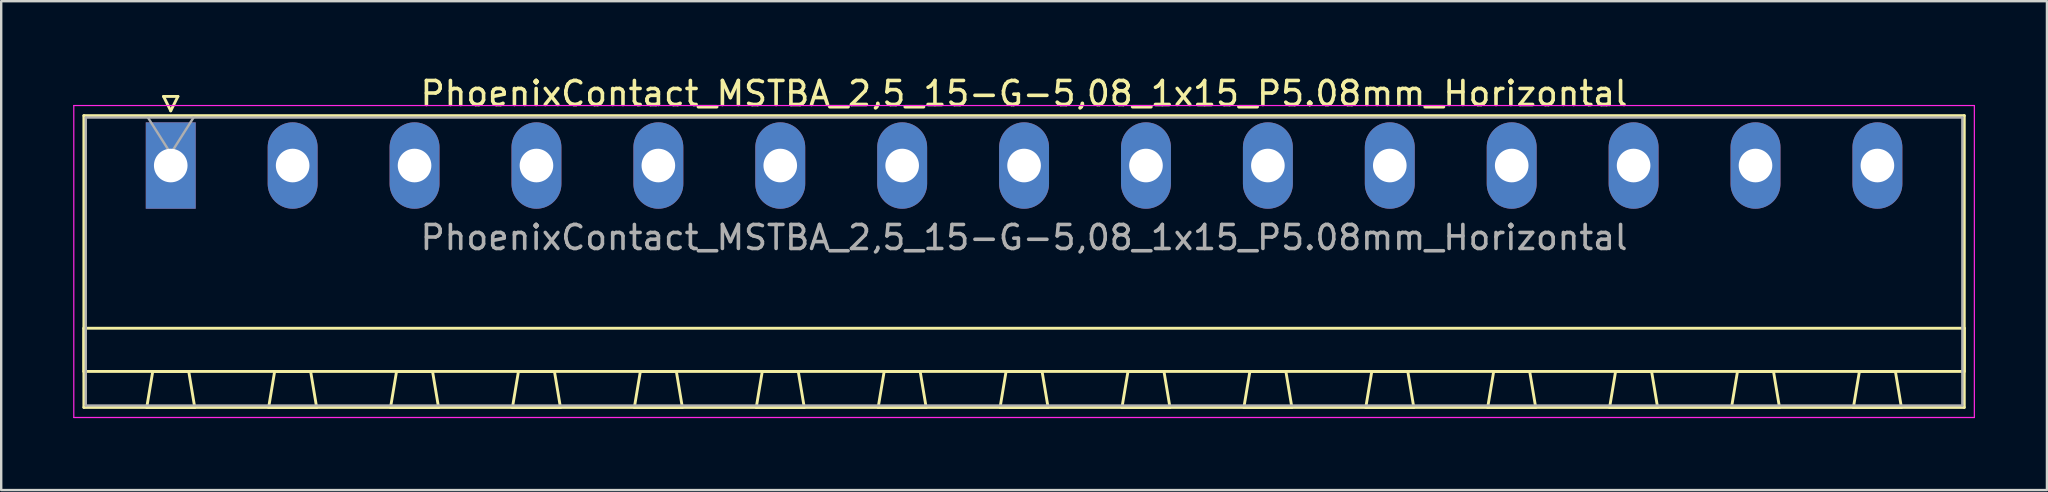
<source format=kicad_pcb>
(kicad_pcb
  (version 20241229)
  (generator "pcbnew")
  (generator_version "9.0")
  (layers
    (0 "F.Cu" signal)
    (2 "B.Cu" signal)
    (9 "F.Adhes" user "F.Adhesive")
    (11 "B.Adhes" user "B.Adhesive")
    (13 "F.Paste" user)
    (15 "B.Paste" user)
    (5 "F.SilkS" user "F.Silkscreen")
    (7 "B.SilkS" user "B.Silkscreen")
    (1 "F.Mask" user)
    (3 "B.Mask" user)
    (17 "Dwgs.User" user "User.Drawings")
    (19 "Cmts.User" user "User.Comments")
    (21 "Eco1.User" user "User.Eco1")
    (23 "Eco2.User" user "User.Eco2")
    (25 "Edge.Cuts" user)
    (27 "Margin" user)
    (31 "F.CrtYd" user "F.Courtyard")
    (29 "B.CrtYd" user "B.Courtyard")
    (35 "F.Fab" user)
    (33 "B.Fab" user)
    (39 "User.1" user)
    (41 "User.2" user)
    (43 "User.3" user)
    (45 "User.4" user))
  (footprint "PhoenixContact_MSTBA_2,5_15-G-5,08_1x15_P5.08mm_Horizontal"
    (layer "F.Cu")
    (at 4.065 3.848)
    (property "Reference" "PhoenixContact_MSTBA_2,5_15-G-5,08_1x15_P5.08mm_Horizontal" (at 35.56 -3 0) (layer "F.SilkS") (effects (font (size 1 1) (thickness 0.15))))
    (attr through_hole)
    (fp_line (start -3.62 -2.08) (end -3.62 10.08) (stroke (width 0.12) (type solid)) (layer "F.SilkS"))
    (fp_line (start -3.62 6.78) (end 74.74 6.78) (stroke (width 0.12) (type solid)) (layer "F.SilkS"))
    (fp_line (start -3.62 8.58) (end -3.62 6.78) (stroke (width 0.12) (type solid)) (layer "F.SilkS"))
    (fp_line (start -3.62 10.08) (end 74.74 10.08) (stroke (width 0.12) (type solid)) (layer "F.SilkS"))
    (fp_line (start -1 10.08) (end 1 10.08) (stroke (width 0.12) (type solid)) (layer "F.SilkS"))
    (fp_line (start -0.75 8.58) (end -1 10.08) (stroke (width 0.12) (type solid)) (layer "F.SilkS"))
    (fp_line (start -0.3 -2.88) (end 0.3 -2.88) (stroke (width 0.12) (type solid)) (layer "F.SilkS"))
    (fp_line (start 0 -2.28) (end -0.3 -2.88) (stroke (width 0.12) (type solid)) (layer "F.SilkS"))
    (fp_line (start 0.3 -2.88) (end 0 -2.28) (stroke (width 0.12) (type solid)) (layer "F.SilkS"))
    (fp_line (start 0.75 8.58) (end -0.75 8.58) (stroke (width 0.12) (type solid)) (layer "F.SilkS"))
    (fp_line (start 1 10.08) (end 0.75 8.58) (stroke (width 0.12) (type solid)) (layer "F.SilkS"))
    (fp_line (start 4.08 10.08) (end 6.08 10.08) (stroke (width 0.12) (type solid)) (layer "F.SilkS"))
    (fp_line (start 4.33 8.58) (end 4.08 10.08) (stroke (width 0.12) (type solid)) (layer "F.SilkS"))
    (fp_line (start 5.83 8.58) (end 4.33 8.58) (stroke (width 0.12) (type solid)) (layer "F.SilkS"))
    (fp_line (start 6.08 10.08) (end 5.83 8.58) (stroke (width 0.12) (type solid)) (layer "F.SilkS"))
    (fp_line (start 9.16 10.08) (end 11.16 10.08) (stroke (width 0.12) (type solid)) (layer "F.SilkS"))
    (fp_line (start 9.41 8.58) (end 9.16 10.08) (stroke (width 0.12) (type solid)) (layer "F.SilkS"))
    (fp_line (start 10.91 8.58) (end 9.41 8.58) (stroke (width 0.12) (type solid)) (layer "F.SilkS"))
    (fp_line (start 11.16 10.08) (end 10.91 8.58) (stroke (width 0.12) (type solid)) (layer "F.SilkS"))
    (fp_line (start 14.24 10.08) (end 16.24 10.08) (stroke (width 0.12) (type solid)) (layer "F.SilkS"))
    (fp_line (start 14.49 8.58) (end 14.24 10.08) (stroke (width 0.12) (type solid)) (layer "F.SilkS"))
    (fp_line (start 15.99 8.58) (end 14.49 8.58) (stroke (width 0.12) (type solid)) (layer "F.SilkS"))
    (fp_line (start 16.24 10.08) (end 15.99 8.58) (stroke (width 0.12) (type solid)) (layer "F.SilkS"))
    (fp_line (start 19.32 10.08) (end 21.32 10.08) (stroke (width 0.12) (type solid)) (layer "F.SilkS"))
    (fp_line (start 19.57 8.58) (end 19.32 10.08) (stroke (width 0.12) (type solid)) (layer "F.SilkS"))
    (fp_line (start 21.07 8.58) (end 19.57 8.58) (stroke (width 0.12) (type solid)) (layer "F.SilkS"))
    (fp_line (start 21.32 10.08) (end 21.07 8.58) (stroke (width 0.12) (type solid)) (layer "F.SilkS"))
    (fp_line (start 24.4 10.08) (end 26.4 10.08) (stroke (width 0.12) (type solid)) (layer "F.SilkS"))
    (fp_line (start 24.65 8.58) (end 24.4 10.08) (stroke (width 0.12) (type solid)) (layer "F.SilkS"))
    (fp_line (start 26.15 8.58) (end 24.65 8.58) (stroke (width 0.12) (type solid)) (layer "F.SilkS"))
    (fp_line (start 26.4 10.08) (end 26.15 8.58) (stroke (width 0.12) (type solid)) (layer "F.SilkS"))
    (fp_line (start 29.48 10.08) (end 31.48 10.08) (stroke (width 0.12) (type solid)) (layer "F.SilkS"))
    (fp_line (start 29.73 8.58) (end 29.48 10.08) (stroke (width 0.12) (type solid)) (layer "F.SilkS"))
    (fp_line (start 31.23 8.58) (end 29.73 8.58) (stroke (width 0.12) (type solid)) (layer "F.SilkS"))
    (fp_line (start 31.48 10.08) (end 31.23 8.58) (stroke (width 0.12) (type solid)) (layer "F.SilkS"))
    (fp_line (start 34.56 10.08) (end 36.56 10.08) (stroke (width 0.12) (type solid)) (layer "F.SilkS"))
    (fp_line (start 34.81 8.58) (end 34.56 10.08) (stroke (width 0.12) (type solid)) (layer "F.SilkS"))
    (fp_line (start 36.31 8.58) (end 34.81 8.58) (stroke (width 0.12) (type solid)) (layer "F.SilkS"))
    (fp_line (start 36.56 10.08) (end 36.31 8.58) (stroke (width 0.12) (type solid)) (layer "F.SilkS"))
    (fp_line (start 39.64 10.08) (end 41.64 10.08) (stroke (width 0.12) (type solid)) (layer "F.SilkS"))
    (fp_line (start 39.89 8.58) (end 39.64 10.08) (stroke (width 0.12) (type solid)) (layer "F.SilkS"))
    (fp_line (start 41.39 8.58) (end 39.89 8.58) (stroke (width 0.12) (type solid)) (layer "F.SilkS"))
    (fp_line (start 41.64 10.08) (end 41.39 8.58) (stroke (width 0.12) (type solid)) (layer "F.SilkS"))
    (fp_line (start 44.72 10.08) (end 46.72 10.08) (stroke (width 0.12) (type solid)) (layer "F.SilkS"))
    (fp_line (start 44.97 8.58) (end 44.72 10.08) (stroke (width 0.12) (type solid)) (layer "F.SilkS"))
    (fp_line (start 46.47 8.58) (end 44.97 8.58) (stroke (width 0.12) (type solid)) (layer "F.SilkS"))
    (fp_line (start 46.72 10.08) (end 46.47 8.58) (stroke (width 0.12) (type solid)) (layer "F.SilkS"))
    (fp_line (start 49.8 10.08) (end 51.8 10.08) (stroke (width 0.12) (type solid)) (layer "F.SilkS"))
    (fp_line (start 50.05 8.58) (end 49.8 10.08) (stroke (width 0.12) (type solid)) (layer "F.SilkS"))
    (fp_line (start 51.55 8.58) (end 50.05 8.58) (stroke (width 0.12) (type solid)) (layer "F.SilkS"))
    (fp_line (start 51.8 10.08) (end 51.55 8.58) (stroke (width 0.12) (type solid)) (layer "F.SilkS"))
    (fp_line (start 54.88 10.08) (end 56.88 10.08) (stroke (width 0.12) (type solid)) (layer "F.SilkS"))
    (fp_line (start 55.13 8.58) (end 54.88 10.08) (stroke (width 0.12) (type solid)) (layer "F.SilkS"))
    (fp_line (start 56.63 8.58) (end 55.13 8.58) (stroke (width 0.12) (type solid)) (layer "F.SilkS"))
    (fp_line (start 56.88 10.08) (end 56.63 8.58) (stroke (width 0.12) (type solid)) (layer "F.SilkS"))
    (fp_line (start 59.96 10.08) (end 61.96 10.08) (stroke (width 0.12) (type solid)) (layer "F.SilkS"))
    (fp_line (start 60.21 8.58) (end 59.96 10.08) (stroke (width 0.12) (type solid)) (layer "F.SilkS"))
    (fp_line (start 61.71 8.58) (end 60.21 8.58) (stroke (width 0.12) (type solid)) (layer "F.SilkS"))
    (fp_line (start 61.96 10.08) (end 61.71 8.58) (stroke (width 0.12) (type solid)) (layer "F.SilkS"))
    (fp_line (start 65.04 10.08) (end 67.04 10.08) (stroke (width 0.12) (type solid)) (layer "F.SilkS"))
    (fp_line (start 65.29 8.58) (end 65.04 10.08) (stroke (width 0.12) (type solid)) (layer "F.SilkS"))
    (fp_line (start 66.79 8.58) (end 65.29 8.58) (stroke (width 0.12) (type solid)) (layer "F.SilkS"))
    (fp_line (start 67.04 10.08) (end 66.79 8.58) (stroke (width 0.12) (type solid)) (layer "F.SilkS"))
    (fp_line (start 70.12 10.08) (end 72.12 10.08) (stroke (width 0.12) (type solid)) (layer "F.SilkS"))
    (fp_line (start 70.37 8.58) (end 70.12 10.08) (stroke (width 0.12) (type solid)) (layer "F.SilkS"))
    (fp_line (start 71.87 8.58) (end 70.37 8.58) (stroke (width 0.12) (type solid)) (layer "F.SilkS"))
    (fp_line (start 72.12 10.08) (end 71.87 8.58) (stroke (width 0.12) (type solid)) (layer "F.SilkS"))
    (fp_line (start 74.74 -2.08) (end -3.62 -2.08) (stroke (width 0.12) (type solid)) (layer "F.SilkS"))
    (fp_line (start 74.74 6.78) (end 74.74 8.58) (stroke (width 0.12) (type solid)) (layer "F.SilkS"))
    (fp_line (start 74.74 8.58) (end -3.62 8.58) (stroke (width 0.12) (type solid)) (layer "F.SilkS"))
    (fp_line (start 74.74 10.08) (end 74.74 -2.08) (stroke (width 0.12) (type solid)) (layer "F.SilkS"))
    (fp_line (start -4.04 -2.5) (end -4.04 10.5) (stroke (width 0.05) (type solid)) (layer "F.CrtYd"))
    (fp_line (start -4.04 10.5) (end 75.16 10.5) (stroke (width 0.05) (type solid)) (layer "F.CrtYd"))
    (fp_line (start 75.16 -2.5) (end -4.04 -2.5) (stroke (width 0.05) (type solid)) (layer "F.CrtYd"))
    (fp_line (start 75.16 10.5) (end 75.16 -2.5) (stroke (width 0.05) (type solid)) (layer "F.CrtYd"))
    (fp_line (start -3.54 -2) (end -3.54 10) (stroke (width 0.1) (type solid)) (layer "F.Fab"))
    (fp_line (start -3.54 10) (end 74.66 10) (stroke (width 0.1) (type solid)) (layer "F.Fab"))
    (fp_line (start 0 -0.5) (end -0.95 -2) (stroke (width 0.1) (type solid)) (layer "F.Fab"))
    (fp_line (start 0.95 -2) (end 0 -0.5) (stroke (width 0.1) (type solid)) (layer "F.Fab"))
    (fp_line (start 74.66 -2) (end -3.54 -2) (stroke (width 0.1) (type solid)) (layer "F.Fab"))
    (fp_line (start 74.66 10) (end 74.66 -2) (stroke (width 0.1) (type solid)) (layer "F.Fab"))
    (fp_text user "${REFERENCE}" (at 35.56 3 0) (layer "F.Fab") (effects (font (size 1 1) (thickness 0.15))))
    (pad "1" thru_hole rect (at 0 0) (size 2.08 3.6) (drill 1.4) (layers "*.Cu" "*.Mask"))
    (pad "2" thru_hole oval (at 5.08 0) (size 2.08 3.6) (drill 1.4) (layers "*.Cu" "*.Mask"))
    (pad "3" thru_hole oval (at 10.16 0) (size 2.08 3.6) (drill 1.4) (layers "*.Cu" "*.Mask"))
    (pad "4" thru_hole oval (at 15.24 0) (size 2.08 3.6) (drill 1.4) (layers "*.Cu" "*.Mask"))
    (pad "5" thru_hole oval (at 20.32 0) (size 2.08 3.6) (drill 1.4) (layers "*.Cu" "*.Mask"))
    (pad "6" thru_hole oval (at 25.4 0) (size 2.08 3.6) (drill 1.4) (layers "*.Cu" "*.Mask"))
    (pad "7" thru_hole oval (at 30.48 0) (size 2.08 3.6) (drill 1.4) (layers "*.Cu" "*.Mask"))
    (pad "8" thru_hole oval (at 35.56 0) (size 2.08 3.6) (drill 1.4) (layers "*.Cu" "*.Mask"))
    (pad "9" thru_hole oval (at 40.64 0) (size 2.08 3.6) (drill 1.4) (layers "*.Cu" "*.Mask"))
    (pad "10" thru_hole oval (at 45.72 0) (size 2.08 3.6) (drill 1.4) (layers "*.Cu" "*.Mask"))
    (pad "11" thru_hole oval (at 50.8 0) (size 2.08 3.6) (drill 1.4) (layers "*.Cu" "*.Mask"))
    (pad "12" thru_hole oval (at 55.88 0) (size 2.08 3.6) (drill 1.4) (layers "*.Cu" "*.Mask"))
    (pad "13" thru_hole oval (at 60.96 0) (size 2.08 3.6) (drill 1.4) (layers "*.Cu" "*.Mask"))
    (pad "14" thru_hole oval (at 66.04 0) (size 2.08 3.6) (drill 1.4) (layers "*.Cu" "*.Mask"))
    (pad "15" thru_hole oval (at 71.12 0) (size 2.08 3.6) (drill 1.4) (layers "*.Cu" "*.Mask")))
  (gr_rect
    (start -3 -3)
    (end 82.25 17.373)
    (stroke (width 0.1) (type default))
    (fill no)
    (layer "Edge.Cuts")))
</source>
